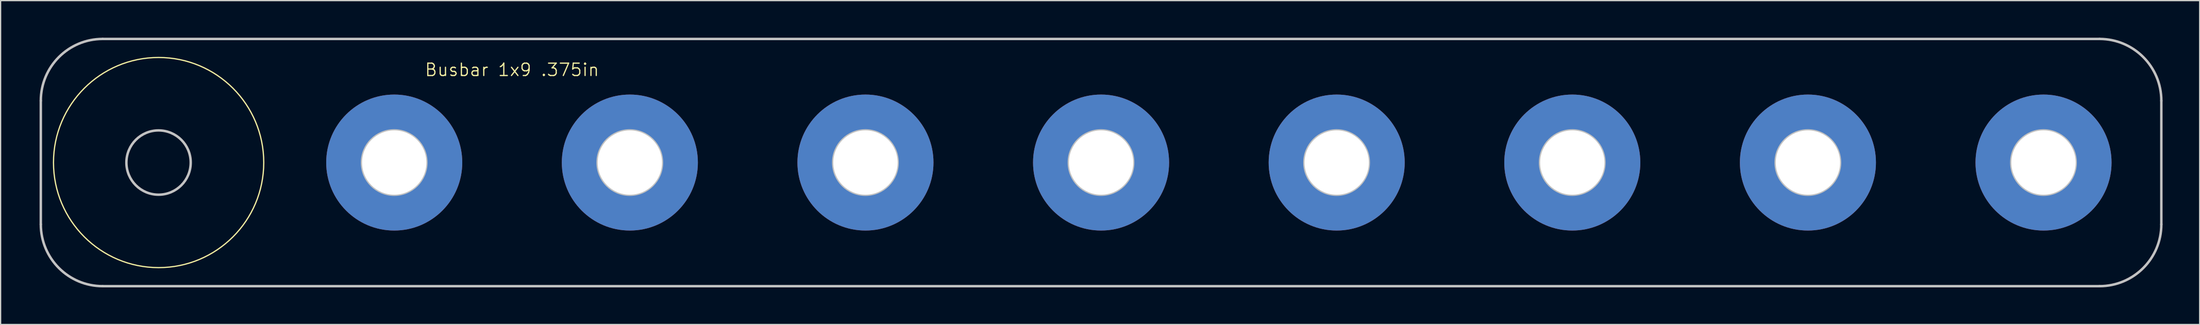
<source format=kicad_pcb>
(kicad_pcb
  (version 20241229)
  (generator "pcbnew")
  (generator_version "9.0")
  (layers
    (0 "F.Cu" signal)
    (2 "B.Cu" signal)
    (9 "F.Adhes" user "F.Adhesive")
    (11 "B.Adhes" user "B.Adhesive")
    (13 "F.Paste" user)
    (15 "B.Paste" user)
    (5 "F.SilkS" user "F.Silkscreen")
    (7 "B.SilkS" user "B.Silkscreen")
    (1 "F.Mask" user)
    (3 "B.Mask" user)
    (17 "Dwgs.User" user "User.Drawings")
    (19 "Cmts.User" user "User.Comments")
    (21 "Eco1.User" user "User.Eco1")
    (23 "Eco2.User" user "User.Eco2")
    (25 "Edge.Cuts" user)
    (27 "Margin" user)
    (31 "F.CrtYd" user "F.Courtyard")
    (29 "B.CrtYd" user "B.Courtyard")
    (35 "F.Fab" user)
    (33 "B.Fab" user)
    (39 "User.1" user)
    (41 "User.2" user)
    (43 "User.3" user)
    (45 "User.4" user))
  (footprint "Busbar 1x9 .375in"
    (layer "F.Cu")
    (at 0.25 10.1)
    (property "Reference" "Busbar 1x9 .375in" (at 38.1 -7.5 0) (unlocked yes) (layer "F.SilkS") (effects (font (size 1 1) (thickness 0.1))))
    (attr through_hole)
    (fp_circle (center 9.525 0) (end 18.025 0) (stroke (width 0.1) (type default)) (fill no) (layer "F.SilkS"))
    (fp_line (start 0 5) (end 0 -5) (stroke (width 0.2) (type solid)) (layer "Dwgs.User"))
    (fp_line (start 5 -10) (end 166.45 -10) (stroke (width 0.2) (type solid)) (layer "Dwgs.User"))
    (fp_line (start 166.45 10) (end 5 10) (stroke (width 0.2) (type solid)) (layer "Dwgs.User"))
    (fp_line (start 171.45 -5) (end 171.45 5) (stroke (width 0.2) (type solid)) (layer "Dwgs.User"))
    (fp_arc (start 0 -5) (mid 1.464466 -8.535534) (end 5 -10) (stroke (width 0.2) (type solid)) (layer "Dwgs.User"))
    (fp_arc (start 5 10) (mid 1.464466 8.535534) (end 0 5) (stroke (width 0.2) (type solid)) (layer "Dwgs.User"))
    (fp_arc (start 166.45 -10) (mid 169.985534 -8.535534) (end 171.45 -5) (stroke (width 0.2) (type solid)) (layer "Dwgs.User"))
    (fp_arc (start 171.45 5) (mid 169.985534 8.535534) (end 166.45 10) (stroke (width 0.2) (type solid)) (layer "Dwgs.User"))
    (fp_circle (center 9.52 0) (end 12.12 0) (stroke (width 0.2) (type solid)) (fill no) (layer "Dwgs.User"))
    (fp_circle (center 28.57 0) (end 31.17 0) (stroke (width 0.2) (type solid)) (fill no) (layer "Dwgs.User"))
    (fp_circle (center 47.62 0) (end 50.22 0) (stroke (width 0.2) (type solid)) (fill no) (layer "Dwgs.User"))
    (fp_circle (center 66.67 0) (end 69.27 0) (stroke (width 0.2) (type solid)) (fill no) (layer "Dwgs.User"))
    (fp_circle (center 85.72 0) (end 88.32 0) (stroke (width 0.2) (type solid)) (fill no) (layer "Dwgs.User"))
    (fp_circle (center 104.77 0) (end 107.37 0) (stroke (width 0.2) (type solid)) (fill no) (layer "Dwgs.User"))
    (fp_circle (center 123.82 0) (end 126.42 0) (stroke (width 0.2) (type solid)) (fill no) (layer "Dwgs.User"))
    (fp_circle (center 142.87 0) (end 145.47 0) (stroke (width 0.2) (type solid)) (fill no) (layer "Dwgs.User"))
    (fp_circle (center 161.92 0) (end 164.52 0) (stroke (width 0.2) (type solid)) (fill no) (layer "Dwgs.User"))
    (pad "1" thru_hole circle (at 28.575 0) (size 11 11) (drill 5.2) (layers "*.Cu" "*.Mask"))
    (pad "2" thru_hole circle (at 47.625 0) (size 11 11) (drill 5.2) (layers "*.Cu" "*.Mask"))
    (pad "3" thru_hole circle (at 66.675 0) (size 11 11) (drill 5.2) (layers "*.Cu" "*.Mask"))
    (pad "4" thru_hole circle (at 85.725 0) (size 11 11) (drill 5.2) (layers "*.Cu" "*.Mask"))
    (pad "5" thru_hole circle (at 104.775 0) (size 11 11) (drill 5.2) (layers "*.Cu" "*.Mask"))
    (pad "6" thru_hole circle (at 123.825 0) (size 11 11) (drill 5.2) (layers "*.Cu" "*.Mask"))
    (pad "7" thru_hole circle (at 142.875 0) (size 11 11) (drill 5.2) (layers "*.Cu" "*.Mask"))
    (pad "8" thru_hole circle (at 161.925 0) (size 11 11) (drill 5.2) (layers "*.Cu" "*.Mask")))
  (gr_rect
    (start -3 -3)
    (end 174.8 23.2)
    (stroke (width 0.1) (type default))
    (fill no)
    (layer "Edge.Cuts")))
</source>
